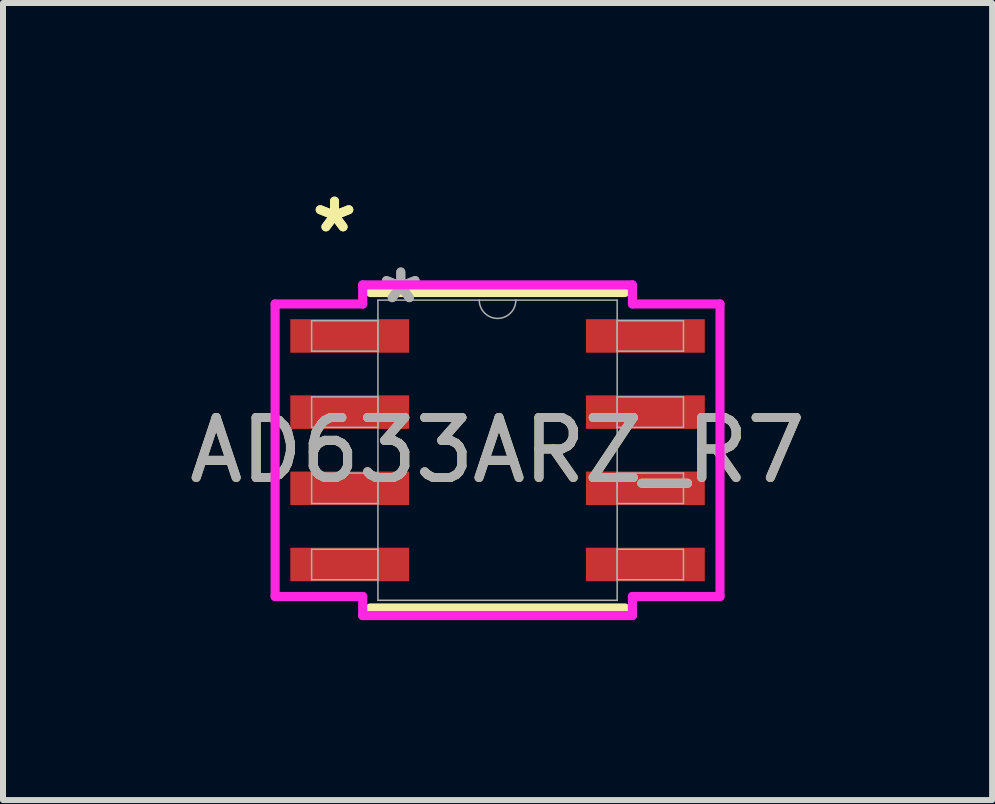
<source format=kicad_pcb>
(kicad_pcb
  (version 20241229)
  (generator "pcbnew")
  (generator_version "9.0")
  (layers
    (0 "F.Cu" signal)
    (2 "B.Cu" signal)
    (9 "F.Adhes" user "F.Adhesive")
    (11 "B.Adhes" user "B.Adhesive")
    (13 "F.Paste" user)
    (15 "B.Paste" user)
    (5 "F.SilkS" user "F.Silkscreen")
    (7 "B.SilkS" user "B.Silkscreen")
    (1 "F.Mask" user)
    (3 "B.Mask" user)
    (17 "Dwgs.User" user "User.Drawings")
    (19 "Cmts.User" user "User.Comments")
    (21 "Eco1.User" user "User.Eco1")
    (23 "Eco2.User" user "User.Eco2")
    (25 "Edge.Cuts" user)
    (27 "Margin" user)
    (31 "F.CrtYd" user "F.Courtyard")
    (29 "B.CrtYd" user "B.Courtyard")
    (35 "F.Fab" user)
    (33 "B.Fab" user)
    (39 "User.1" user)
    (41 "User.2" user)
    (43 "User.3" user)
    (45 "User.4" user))
  (footprint "AD633ARZ_R7"
    (layer "F.Cu")
    (at 5.244 4.455)
    (property "Reference" "AD633ARZ_R7" (at 0 0 0) (unlocked yes) (layer "F.SilkS") (effects (font (size 1 1) (thickness 0.15))))
    (attr smd)
    (fp_line (start -2.121 2.629) (end 2.121 2.629) (stroke (width 0.152) (type solid)) (layer "F.SilkS"))
    (fp_line (start 2.121 -2.629) (end -2.121 -2.629) (stroke (width 0.152) (type solid)) (layer "F.SilkS"))
    (fp_line (start -3.708 -2.438) (end -2.248 -2.438) (stroke (width 0.152) (type solid)) (layer "F.CrtYd"))
    (fp_line (start -3.708 2.438) (end -3.708 -2.438) (stroke (width 0.152) (type solid)) (layer "F.CrtYd"))
    (fp_line (start -3.708 2.438) (end -2.248 2.438) (stroke (width 0.152) (type solid)) (layer "F.CrtYd"))
    (fp_line (start -2.248 -2.756) (end 2.248 -2.756) (stroke (width 0.152) (type solid)) (layer "F.CrtYd"))
    (fp_line (start -2.248 -2.438) (end -2.248 -2.756) (stroke (width 0.152) (type solid)) (layer "F.CrtYd"))
    (fp_line (start -2.248 2.756) (end -2.248 2.438) (stroke (width 0.152) (type solid)) (layer "F.CrtYd"))
    (fp_line (start 2.248 -2.756) (end 2.248 -2.438) (stroke (width 0.152) (type solid)) (layer "F.CrtYd"))
    (fp_line (start 2.248 2.438) (end 2.248 2.756) (stroke (width 0.152) (type solid)) (layer "F.CrtYd"))
    (fp_line (start 2.248 2.756) (end -2.248 2.756) (stroke (width 0.152) (type solid)) (layer "F.CrtYd"))
    (fp_line (start 3.708 -2.438) (end 2.248 -2.438) (stroke (width 0.152) (type solid)) (layer "F.CrtYd"))
    (fp_line (start 3.708 -2.438) (end 3.708 2.438) (stroke (width 0.152) (type solid)) (layer "F.CrtYd"))
    (fp_line (start 3.708 2.438) (end 2.248 2.438) (stroke (width 0.152) (type solid)) (layer "F.CrtYd"))
    (fp_line (start -3.099 -2.159) (end -3.099 -1.651) (stroke (width 0.025) (type solid)) (layer "F.Fab"))
    (fp_line (start -3.099 -1.651) (end -1.994 -1.651) (stroke (width 0.025) (type solid)) (layer "F.Fab"))
    (fp_line (start -3.099 -0.889) (end -3.099 -0.381) (stroke (width 0.025) (type solid)) (layer "F.Fab"))
    (fp_line (start -3.099 -0.381) (end -1.994 -0.381) (stroke (width 0.025) (type solid)) (layer "F.Fab"))
    (fp_line (start -3.099 0.381) (end -3.099 0.889) (stroke (width 0.025) (type solid)) (layer "F.Fab"))
    (fp_line (start -3.099 0.889) (end -1.994 0.889) (stroke (width 0.025) (type solid)) (layer "F.Fab"))
    (fp_line (start -3.099 1.651) (end -3.099 2.159) (stroke (width 0.025) (type solid)) (layer "F.Fab"))
    (fp_line (start -3.099 2.159) (end -1.994 2.159) (stroke (width 0.025) (type solid)) (layer "F.Fab"))
    (fp_line (start -1.994 -2.502) (end -1.994 2.502) (stroke (width 0.025) (type solid)) (layer "F.Fab"))
    (fp_line (start -1.994 -2.159) (end -3.099 -2.159) (stroke (width 0.025) (type solid)) (layer "F.Fab"))
    (fp_line (start -1.994 -1.651) (end -1.994 -2.159) (stroke (width 0.025) (type solid)) (layer "F.Fab"))
    (fp_line (start -1.994 -0.889) (end -3.099 -0.889) (stroke (width 0.025) (type solid)) (layer "F.Fab"))
    (fp_line (start -1.994 -0.381) (end -1.994 -0.889) (stroke (width 0.025) (type solid)) (layer "F.Fab"))
    (fp_line (start -1.994 0.381) (end -3.099 0.381) (stroke (width 0.025) (type solid)) (layer "F.Fab"))
    (fp_line (start -1.994 0.889) (end -1.994 0.381) (stroke (width 0.025) (type solid)) (layer "F.Fab"))
    (fp_line (start -1.994 1.651) (end -3.099 1.651) (stroke (width 0.025) (type solid)) (layer "F.Fab"))
    (fp_line (start -1.994 2.159) (end -1.994 1.651) (stroke (width 0.025) (type solid)) (layer "F.Fab"))
    (fp_line (start -1.994 2.502) (end 1.994 2.502) (stroke (width 0.025) (type solid)) (layer "F.Fab"))
    (fp_line (start 1.994 -2.502) (end -1.994 -2.502) (stroke (width 0.025) (type solid)) (layer "F.Fab"))
    (fp_line (start 1.994 -2.159) (end 1.994 -1.651) (stroke (width 0.025) (type solid)) (layer "F.Fab"))
    (fp_line (start 1.994 -1.651) (end 3.099 -1.651) (stroke (width 0.025) (type solid)) (layer "F.Fab"))
    (fp_line (start 1.994 -0.889) (end 1.994 -0.381) (stroke (width 0.025) (type solid)) (layer "F.Fab"))
    (fp_line (start 1.994 -0.381) (end 3.099 -0.381) (stroke (width 0.025) (type solid)) (layer "F.Fab"))
    (fp_line (start 1.994 0.381) (end 1.994 0.889) (stroke (width 0.025) (type solid)) (layer "F.Fab"))
    (fp_line (start 1.994 0.889) (end 3.099 0.889) (stroke (width 0.025) (type solid)) (layer "F.Fab"))
    (fp_line (start 1.994 1.651) (end 1.994 2.159) (stroke (width 0.025) (type solid)) (layer "F.Fab"))
    (fp_line (start 1.994 2.159) (end 3.099 2.159) (stroke (width 0.025) (type solid)) (layer "F.Fab"))
    (fp_line (start 1.994 2.502) (end 1.994 -2.502) (stroke (width 0.025) (type solid)) (layer "F.Fab"))
    (fp_line (start 3.099 -2.159) (end 1.994 -2.159) (stroke (width 0.025) (type solid)) (layer "F.Fab"))
    (fp_line (start 3.099 -1.651) (end 3.099 -2.159) (stroke (width 0.025) (type solid)) (layer "F.Fab"))
    (fp_line (start 3.099 -0.889) (end 1.994 -0.889) (stroke (width 0.025) (type solid)) (layer "F.Fab"))
    (fp_line (start 3.099 -0.381) (end 3.099 -0.889) (stroke (width 0.025) (type solid)) (layer "F.Fab"))
    (fp_line (start 3.099 0.381) (end 1.994 0.381) (stroke (width 0.025) (type solid)) (layer "F.Fab"))
    (fp_line (start 3.099 0.889) (end 3.099 0.381) (stroke (width 0.025) (type solid)) (layer "F.Fab"))
    (fp_line (start 3.099 1.651) (end 1.994 1.651) (stroke (width 0.025) (type solid)) (layer "F.Fab"))
    (fp_line (start 3.099 2.159) (end 3.099 1.651) (stroke (width 0.025) (type solid)) (layer "F.Fab"))
    (fp_arc (start 0.3048 -2.5019) (mid 0 -2.1971) (end -0.3048 -2.5019) (stroke (width 0.0254) (type solid)) (layer "F.Fab"))
    (fp_text user "*" (at -2.718 -3.607 0) (unlocked yes) (layer "F.SilkS") (effects (font (size 1 1) (thickness 0.15))))
    (fp_text user "*" (at -2.718 -3.607 0) (layer "F.SilkS") (effects (font (size 1 1) (thickness 0.15))))
    (fp_text user "*" (at -1.613 -2.426 0) (unlocked yes) (layer "F.Fab") (effects (font (size 1 1) (thickness 0.15))))
    (fp_text user "${REFERENCE}" (at 0 0 0) (unlocked yes) (layer "F.Fab") (effects (font (size 1 1) (thickness 0.15))))
    (fp_text user "*" (at -1.613 -2.426 0) (layer "F.Fab") (effects (font (size 1 1) (thickness 0.15))))
    (pad "1" smd rect (at -2.464 -1.905) (size 1.981 0.559) (layers "F.Cu" "F.Mask" "F.Paste"))
    (pad "2" smd rect (at -2.464 -0.635) (size 1.981 0.559) (layers "F.Cu" "F.Mask" "F.Paste"))
    (pad "3" smd rect (at -2.464 0.635) (size 1.981 0.559) (layers "F.Cu" "F.Mask" "F.Paste"))
    (pad "4" smd rect (at -2.464 1.905) (size 1.981 0.559) (layers "F.Cu" "F.Mask" "F.Paste"))
    (pad "5" smd rect (at 2.464 1.905) (size 1.981 0.559) (layers "F.Cu" "F.Mask" "F.Paste"))
    (pad "6" smd rect (at 2.464 0.635) (size 1.981 0.559) (layers "F.Cu" "F.Mask" "F.Paste"))
    (pad "7" smd rect (at 2.464 -0.635) (size 1.981 0.559) (layers "F.Cu" "F.Mask" "F.Paste"))
    (pad "8" smd rect (at 2.464 -1.905) (size 1.981 0.559) (layers "F.Cu" "F.Mask" "F.Paste")))
  (gr_rect
    (start -3 -3)
    (end 13.488 10.287)
    (stroke (width 0.1) (type default))
    (fill no)
    (layer "Edge.Cuts")))
</source>
